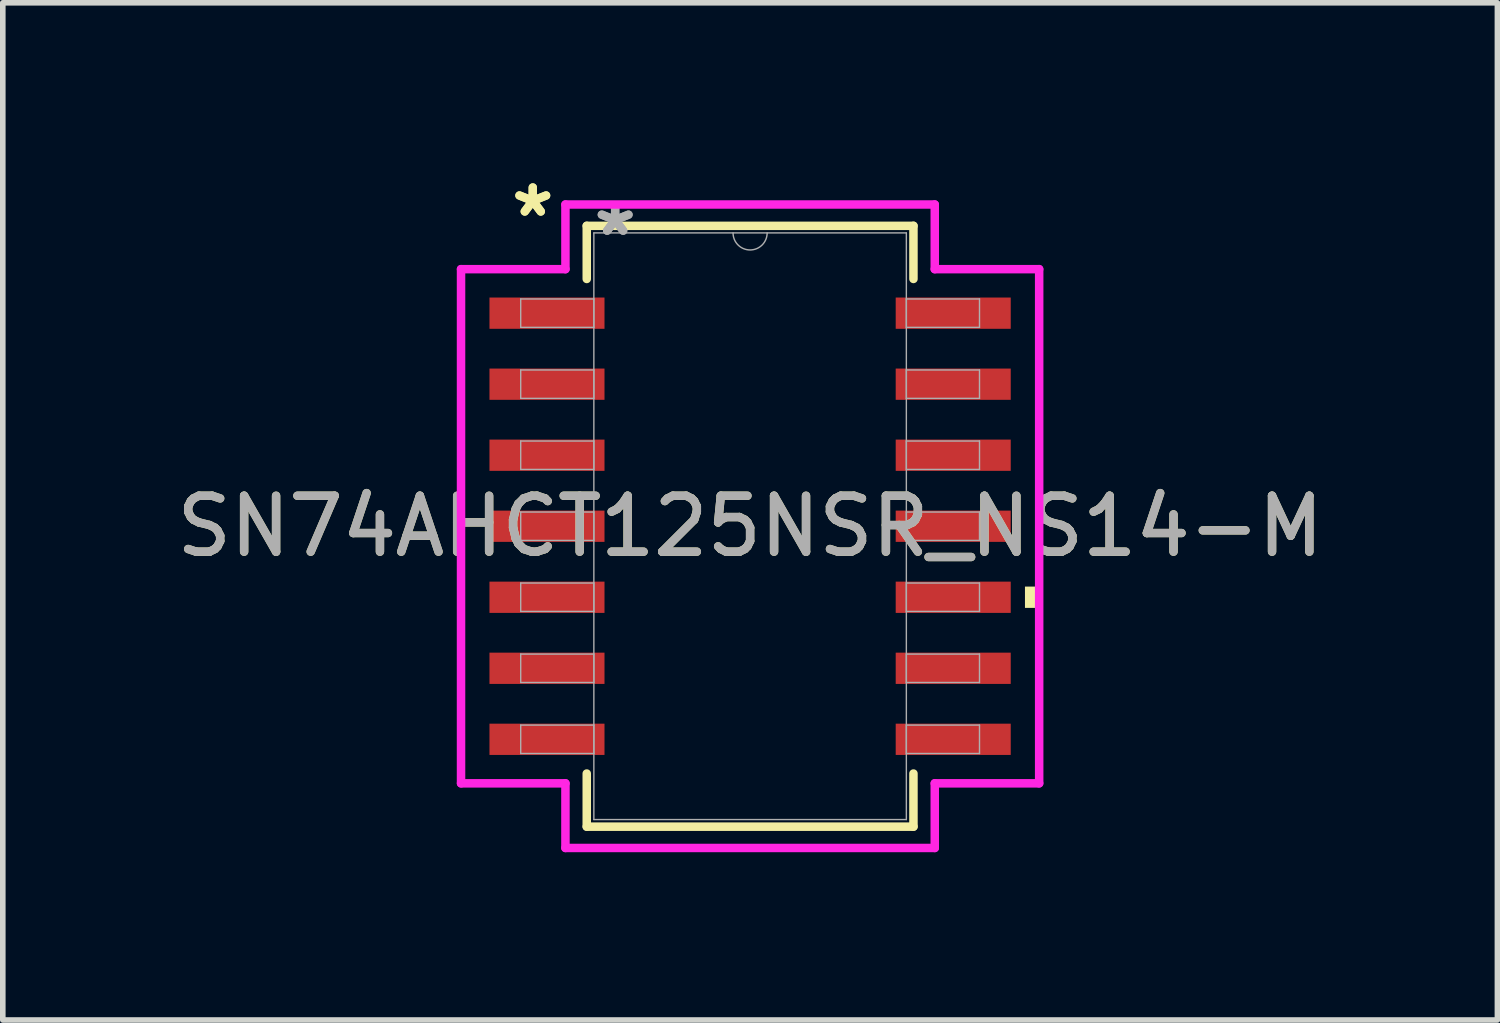
<source format=kicad_pcb>
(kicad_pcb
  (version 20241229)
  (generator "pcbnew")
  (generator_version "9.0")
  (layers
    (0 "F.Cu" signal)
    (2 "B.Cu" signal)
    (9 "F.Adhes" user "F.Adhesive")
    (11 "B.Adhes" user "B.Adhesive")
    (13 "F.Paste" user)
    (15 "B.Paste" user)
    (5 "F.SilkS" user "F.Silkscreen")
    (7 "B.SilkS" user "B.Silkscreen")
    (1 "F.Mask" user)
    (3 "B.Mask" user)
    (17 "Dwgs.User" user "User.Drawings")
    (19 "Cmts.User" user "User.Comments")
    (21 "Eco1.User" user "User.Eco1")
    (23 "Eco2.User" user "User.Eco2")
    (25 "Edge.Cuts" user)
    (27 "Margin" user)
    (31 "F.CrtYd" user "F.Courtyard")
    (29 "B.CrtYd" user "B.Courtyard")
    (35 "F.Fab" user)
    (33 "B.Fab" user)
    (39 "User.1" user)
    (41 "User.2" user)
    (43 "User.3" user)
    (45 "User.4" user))
  (footprint "SN74AHCT125NSR_NS14-M"
    (layer "F.Cu")
    (at 10.363 6.36)
    (property "Reference" "SN74AHCT125NSR_NS14-M" (at 0 0 0) (unlocked yes) (layer "F.SilkS") (effects (font (size 1 1) (thickness 0.15))))
    (attr smd)
    (fp_line (start -2.921 -5.372) (end -2.921 -4.422) (stroke (width 0.152) (type solid)) (layer "F.SilkS"))
    (fp_line (start -2.921 4.422) (end -2.921 5.372) (stroke (width 0.152) (type solid)) (layer "F.SilkS"))
    (fp_line (start -2.921 5.372) (end 2.921 5.372) (stroke (width 0.152) (type solid)) (layer "F.SilkS"))
    (fp_line (start 2.921 -5.372) (end -2.921 -5.372) (stroke (width 0.152) (type solid)) (layer "F.SilkS"))
    (fp_line (start 2.921 -4.422) (end 2.921 -5.372) (stroke (width 0.152) (type solid)) (layer "F.SilkS"))
    (fp_line (start 2.921 5.372) (end 2.921 4.422) (stroke (width 0.152) (type solid)) (layer "F.SilkS"))
    (fp_poly (pts (xy 5.169 1.079) (xy 5.169 1.46) (xy 4.915 1.46) (xy 4.915 1.079)) (stroke (width 0) (type solid)) (fill yes) (layer "F.SilkS"))
    (fp_line (start -5.169 -4.597) (end -3.302 -4.597) (stroke (width 0.152) (type solid)) (layer "F.CrtYd"))
    (fp_line (start -5.169 4.597) (end -5.169 -4.597) (stroke (width 0.152) (type solid)) (layer "F.CrtYd"))
    (fp_line (start -5.169 4.597) (end -3.302 4.597) (stroke (width 0.152) (type solid)) (layer "F.CrtYd"))
    (fp_line (start -3.302 -5.753) (end 3.302 -5.753) (stroke (width 0.152) (type solid)) (layer "F.CrtYd"))
    (fp_line (start -3.302 -4.597) (end -3.302 -5.753) (stroke (width 0.152) (type solid)) (layer "F.CrtYd"))
    (fp_line (start -3.302 5.753) (end -3.302 4.597) (stroke (width 0.152) (type solid)) (layer "F.CrtYd"))
    (fp_line (start 3.302 -5.753) (end 3.302 -4.597) (stroke (width 0.152) (type solid)) (layer "F.CrtYd"))
    (fp_line (start 3.302 4.597) (end 3.302 5.753) (stroke (width 0.152) (type solid)) (layer "F.CrtYd"))
    (fp_line (start 3.302 5.753) (end -3.302 5.753) (stroke (width 0.152) (type solid)) (layer "F.CrtYd"))
    (fp_line (start 5.169 -4.597) (end 3.302 -4.597) (stroke (width 0.152) (type solid)) (layer "F.CrtYd"))
    (fp_line (start 5.169 -4.597) (end 5.169 4.597) (stroke (width 0.152) (type solid)) (layer "F.CrtYd"))
    (fp_line (start 5.169 4.597) (end 3.302 4.597) (stroke (width 0.152) (type solid)) (layer "F.CrtYd"))
    (fp_line (start -4.102 -4.064) (end -4.102 -3.556) (stroke (width 0.025) (type solid)) (layer "F.Fab"))
    (fp_line (start -4.102 -3.556) (end -2.794 -3.556) (stroke (width 0.025) (type solid)) (layer "F.Fab"))
    (fp_line (start -4.102 -2.794) (end -4.102 -2.286) (stroke (width 0.025) (type solid)) (layer "F.Fab"))
    (fp_line (start -4.102 -2.286) (end -2.794 -2.286) (stroke (width 0.025) (type solid)) (layer "F.Fab"))
    (fp_line (start -4.102 -1.524) (end -4.102 -1.016) (stroke (width 0.025) (type solid)) (layer "F.Fab"))
    (fp_line (start -4.102 -1.016) (end -2.794 -1.016) (stroke (width 0.025) (type solid)) (layer "F.Fab"))
    (fp_line (start -4.102 -0.254) (end -4.102 0.254) (stroke (width 0.025) (type solid)) (layer "F.Fab"))
    (fp_line (start -4.102 0.254) (end -2.794 0.254) (stroke (width 0.025) (type solid)) (layer "F.Fab"))
    (fp_line (start -4.102 1.016) (end -4.102 1.524) (stroke (width 0.025) (type solid)) (layer "F.Fab"))
    (fp_line (start -4.102 1.524) (end -2.794 1.524) (stroke (width 0.025) (type solid)) (layer "F.Fab"))
    (fp_line (start -4.102 2.286) (end -4.102 2.794) (stroke (width 0.025) (type solid)) (layer "F.Fab"))
    (fp_line (start -4.102 2.794) (end -2.794 2.794) (stroke (width 0.025) (type solid)) (layer "F.Fab"))
    (fp_line (start -4.102 3.556) (end -4.102 4.064) (stroke (width 0.025) (type solid)) (layer "F.Fab"))
    (fp_line (start -4.102 4.064) (end -2.794 4.064) (stroke (width 0.025) (type solid)) (layer "F.Fab"))
    (fp_line (start -2.794 -5.245) (end -2.794 5.245) (stroke (width 0.025) (type solid)) (layer "F.Fab"))
    (fp_line (start -2.794 -4.064) (end -4.102 -4.064) (stroke (width 0.025) (type solid)) (layer "F.Fab"))
    (fp_line (start -2.794 -3.556) (end -2.794 -4.064) (stroke (width 0.025) (type solid)) (layer "F.Fab"))
    (fp_line (start -2.794 -2.794) (end -4.102 -2.794) (stroke (width 0.025) (type solid)) (layer "F.Fab"))
    (fp_line (start -2.794 -2.286) (end -2.794 -2.794) (stroke (width 0.025) (type solid)) (layer "F.Fab"))
    (fp_line (start -2.794 -1.524) (end -4.102 -1.524) (stroke (width 0.025) (type solid)) (layer "F.Fab"))
    (fp_line (start -2.794 -1.016) (end -2.794 -1.524) (stroke (width 0.025) (type solid)) (layer "F.Fab"))
    (fp_line (start -2.794 -0.254) (end -4.102 -0.254) (stroke (width 0.025) (type solid)) (layer "F.Fab"))
    (fp_line (start -2.794 0.254) (end -2.794 -0.254) (stroke (width 0.025) (type solid)) (layer "F.Fab"))
    (fp_line (start -2.794 1.016) (end -4.102 1.016) (stroke (width 0.025) (type solid)) (layer "F.Fab"))
    (fp_line (start -2.794 1.524) (end -2.794 1.016) (stroke (width 0.025) (type solid)) (layer "F.Fab"))
    (fp_line (start -2.794 2.286) (end -4.102 2.286) (stroke (width 0.025) (type solid)) (layer "F.Fab"))
    (fp_line (start -2.794 2.794) (end -2.794 2.286) (stroke (width 0.025) (type solid)) (layer "F.Fab"))
    (fp_line (start -2.794 3.556) (end -4.102 3.556) (stroke (width 0.025) (type solid)) (layer "F.Fab"))
    (fp_line (start -2.794 4.064) (end -2.794 3.556) (stroke (width 0.025) (type solid)) (layer "F.Fab"))
    (fp_line (start -2.794 5.245) (end 2.794 5.245) (stroke (width 0.025) (type solid)) (layer "F.Fab"))
    (fp_line (start 2.794 -5.245) (end -2.794 -5.245) (stroke (width 0.025) (type solid)) (layer "F.Fab"))
    (fp_line (start 2.794 -4.064) (end 2.794 -3.556) (stroke (width 0.025) (type solid)) (layer "F.Fab"))
    (fp_line (start 2.794 -3.556) (end 4.102 -3.556) (stroke (width 0.025) (type solid)) (layer "F.Fab"))
    (fp_line (start 2.794 -2.794) (end 2.794 -2.286) (stroke (width 0.025) (type solid)) (layer "F.Fab"))
    (fp_line (start 2.794 -2.286) (end 4.102 -2.286) (stroke (width 0.025) (type solid)) (layer "F.Fab"))
    (fp_line (start 2.794 -1.524) (end 2.794 -1.016) (stroke (width 0.025) (type solid)) (layer "F.Fab"))
    (fp_line (start 2.794 -1.016) (end 4.102 -1.016) (stroke (width 0.025) (type solid)) (layer "F.Fab"))
    (fp_line (start 2.794 -0.254) (end 2.794 0.254) (stroke (width 0.025) (type solid)) (layer "F.Fab"))
    (fp_line (start 2.794 0.254) (end 4.102 0.254) (stroke (width 0.025) (type solid)) (layer "F.Fab"))
    (fp_line (start 2.794 1.016) (end 2.794 1.524) (stroke (width 0.025) (type solid)) (layer "F.Fab"))
    (fp_line (start 2.794 1.524) (end 4.102 1.524) (stroke (width 0.025) (type solid)) (layer "F.Fab"))
    (fp_line (start 2.794 2.286) (end 2.794 2.794) (stroke (width 0.025) (type solid)) (layer "F.Fab"))
    (fp_line (start 2.794 2.794) (end 4.102 2.794) (stroke (width 0.025) (type solid)) (layer "F.Fab"))
    (fp_line (start 2.794 3.556) (end 2.794 4.064) (stroke (width 0.025) (type solid)) (layer "F.Fab"))
    (fp_line (start 2.794 4.064) (end 4.102 4.064) (stroke (width 0.025) (type solid)) (layer "F.Fab"))
    (fp_line (start 2.794 5.245) (end 2.794 -5.245) (stroke (width 0.025) (type solid)) (layer "F.Fab"))
    (fp_line (start 4.102 -4.064) (end 2.794 -4.064) (stroke (width 0.025) (type solid)) (layer "F.Fab"))
    (fp_line (start 4.102 -3.556) (end 4.102 -4.064) (stroke (width 0.025) (type solid)) (layer "F.Fab"))
    (fp_line (start 4.102 -2.794) (end 2.794 -2.794) (stroke (width 0.025) (type solid)) (layer "F.Fab"))
    (fp_line (start 4.102 -2.286) (end 4.102 -2.794) (stroke (width 0.025) (type solid)) (layer "F.Fab"))
    (fp_line (start 4.102 -1.524) (end 2.794 -1.524) (stroke (width 0.025) (type solid)) (layer "F.Fab"))
    (fp_line (start 4.102 -1.016) (end 4.102 -1.524) (stroke (width 0.025) (type solid)) (layer "F.Fab"))
    (fp_line (start 4.102 -0.254) (end 2.794 -0.254) (stroke (width 0.025) (type solid)) (layer "F.Fab"))
    (fp_line (start 4.102 0.254) (end 4.102 -0.254) (stroke (width 0.025) (type solid)) (layer "F.Fab"))
    (fp_line (start 4.102 1.016) (end 2.794 1.016) (stroke (width 0.025) (type solid)) (layer "F.Fab"))
    (fp_line (start 4.102 1.524) (end 4.102 1.016) (stroke (width 0.025) (type solid)) (layer "F.Fab"))
    (fp_line (start 4.102 2.286) (end 2.794 2.286) (stroke (width 0.025) (type solid)) (layer "F.Fab"))
    (fp_line (start 4.102 2.794) (end 4.102 2.286) (stroke (width 0.025) (type solid)) (layer "F.Fab"))
    (fp_line (start 4.102 3.556) (end 2.794 3.556) (stroke (width 0.025) (type solid)) (layer "F.Fab"))
    (fp_line (start 4.102 4.064) (end 4.102 3.556) (stroke (width 0.025) (type solid)) (layer "F.Fab"))
    (fp_arc (start 0.3048 -5.2451) (mid 0 -4.9403) (end -0.3048 -5.2451) (stroke (width 0.0254) (type solid)) (layer "F.Fab"))
    (fp_text user "*" (at -3.886 -5.512 0) (unlocked yes) (layer "F.SilkS") (effects (font (size 1 1) (thickness 0.15))))
    (fp_text user "*" (at -3.886 -5.512 0) (layer "F.SilkS") (effects (font (size 1 1) (thickness 0.15))))
    (fp_text user "${REFERENCE}" (at 0 0 0) (unlocked yes) (layer "F.Fab") (effects (font (size 1 1) (thickness 0.15))))
    (fp_text user "*" (at -2.413 -5.169 0) (unlocked yes) (layer "F.Fab") (effects (font (size 1 1) (thickness 0.15))))
    (fp_text user "*" (at -2.413 -5.169 0) (layer "F.Fab") (effects (font (size 1 1) (thickness 0.15))))
    (pad "1" smd rect (at -3.632 -3.81) (size 2.057 0.559) (layers "F.Cu" "F.Mask" "F.Paste"))
    (pad "2" smd rect (at -3.632 -2.54) (size 2.057 0.559) (layers "F.Cu" "F.Mask" "F.Paste"))
    (pad "3" smd rect (at -3.632 -1.27) (size 2.057 0.559) (layers "F.Cu" "F.Mask" "F.Paste"))
    (pad "4" smd rect (at -3.632 0) (size 2.057 0.559) (layers "F.Cu" "F.Mask" "F.Paste"))
    (pad "5" smd rect (at -3.632 1.27) (size 2.057 0.559) (layers "F.Cu" "F.Mask" "F.Paste"))
    (pad "6" smd rect (at -3.632 2.54) (size 2.057 0.559) (layers "F.Cu" "F.Mask" "F.Paste"))
    (pad "7" smd rect (at -3.632 3.81) (size 2.057 0.559) (layers "F.Cu" "F.Mask" "F.Paste"))
    (pad "8" smd rect (at 3.632 3.81) (size 2.057 0.559) (layers "F.Cu" "F.Mask" "F.Paste"))
    (pad "9" smd rect (at 3.632 2.54) (size 2.057 0.559) (layers "F.Cu" "F.Mask" "F.Paste"))
    (pad "10" smd rect (at 3.632 1.27) (size 2.057 0.559) (layers "F.Cu" "F.Mask" "F.Paste"))
    (pad "11" smd rect (at 3.632 0) (size 2.057 0.559) (layers "F.Cu" "F.Mask" "F.Paste"))
    (pad "12" smd rect (at 3.632 -1.27) (size 2.057 0.559) (layers "F.Cu" "F.Mask" "F.Paste"))
    (pad "13" smd rect (at 3.632 -2.54) (size 2.057 0.559) (layers "F.Cu" "F.Mask" "F.Paste"))
    (pad "14" smd rect (at 3.632 -3.81) (size 2.057 0.559) (layers "F.Cu" "F.Mask" "F.Paste")))
  (gr_rect
    (start -3 -3)
    (end 23.726 15.189)
    (stroke (width 0.1) (type default))
    (fill no)
    (layer "Edge.Cuts")))
</source>
